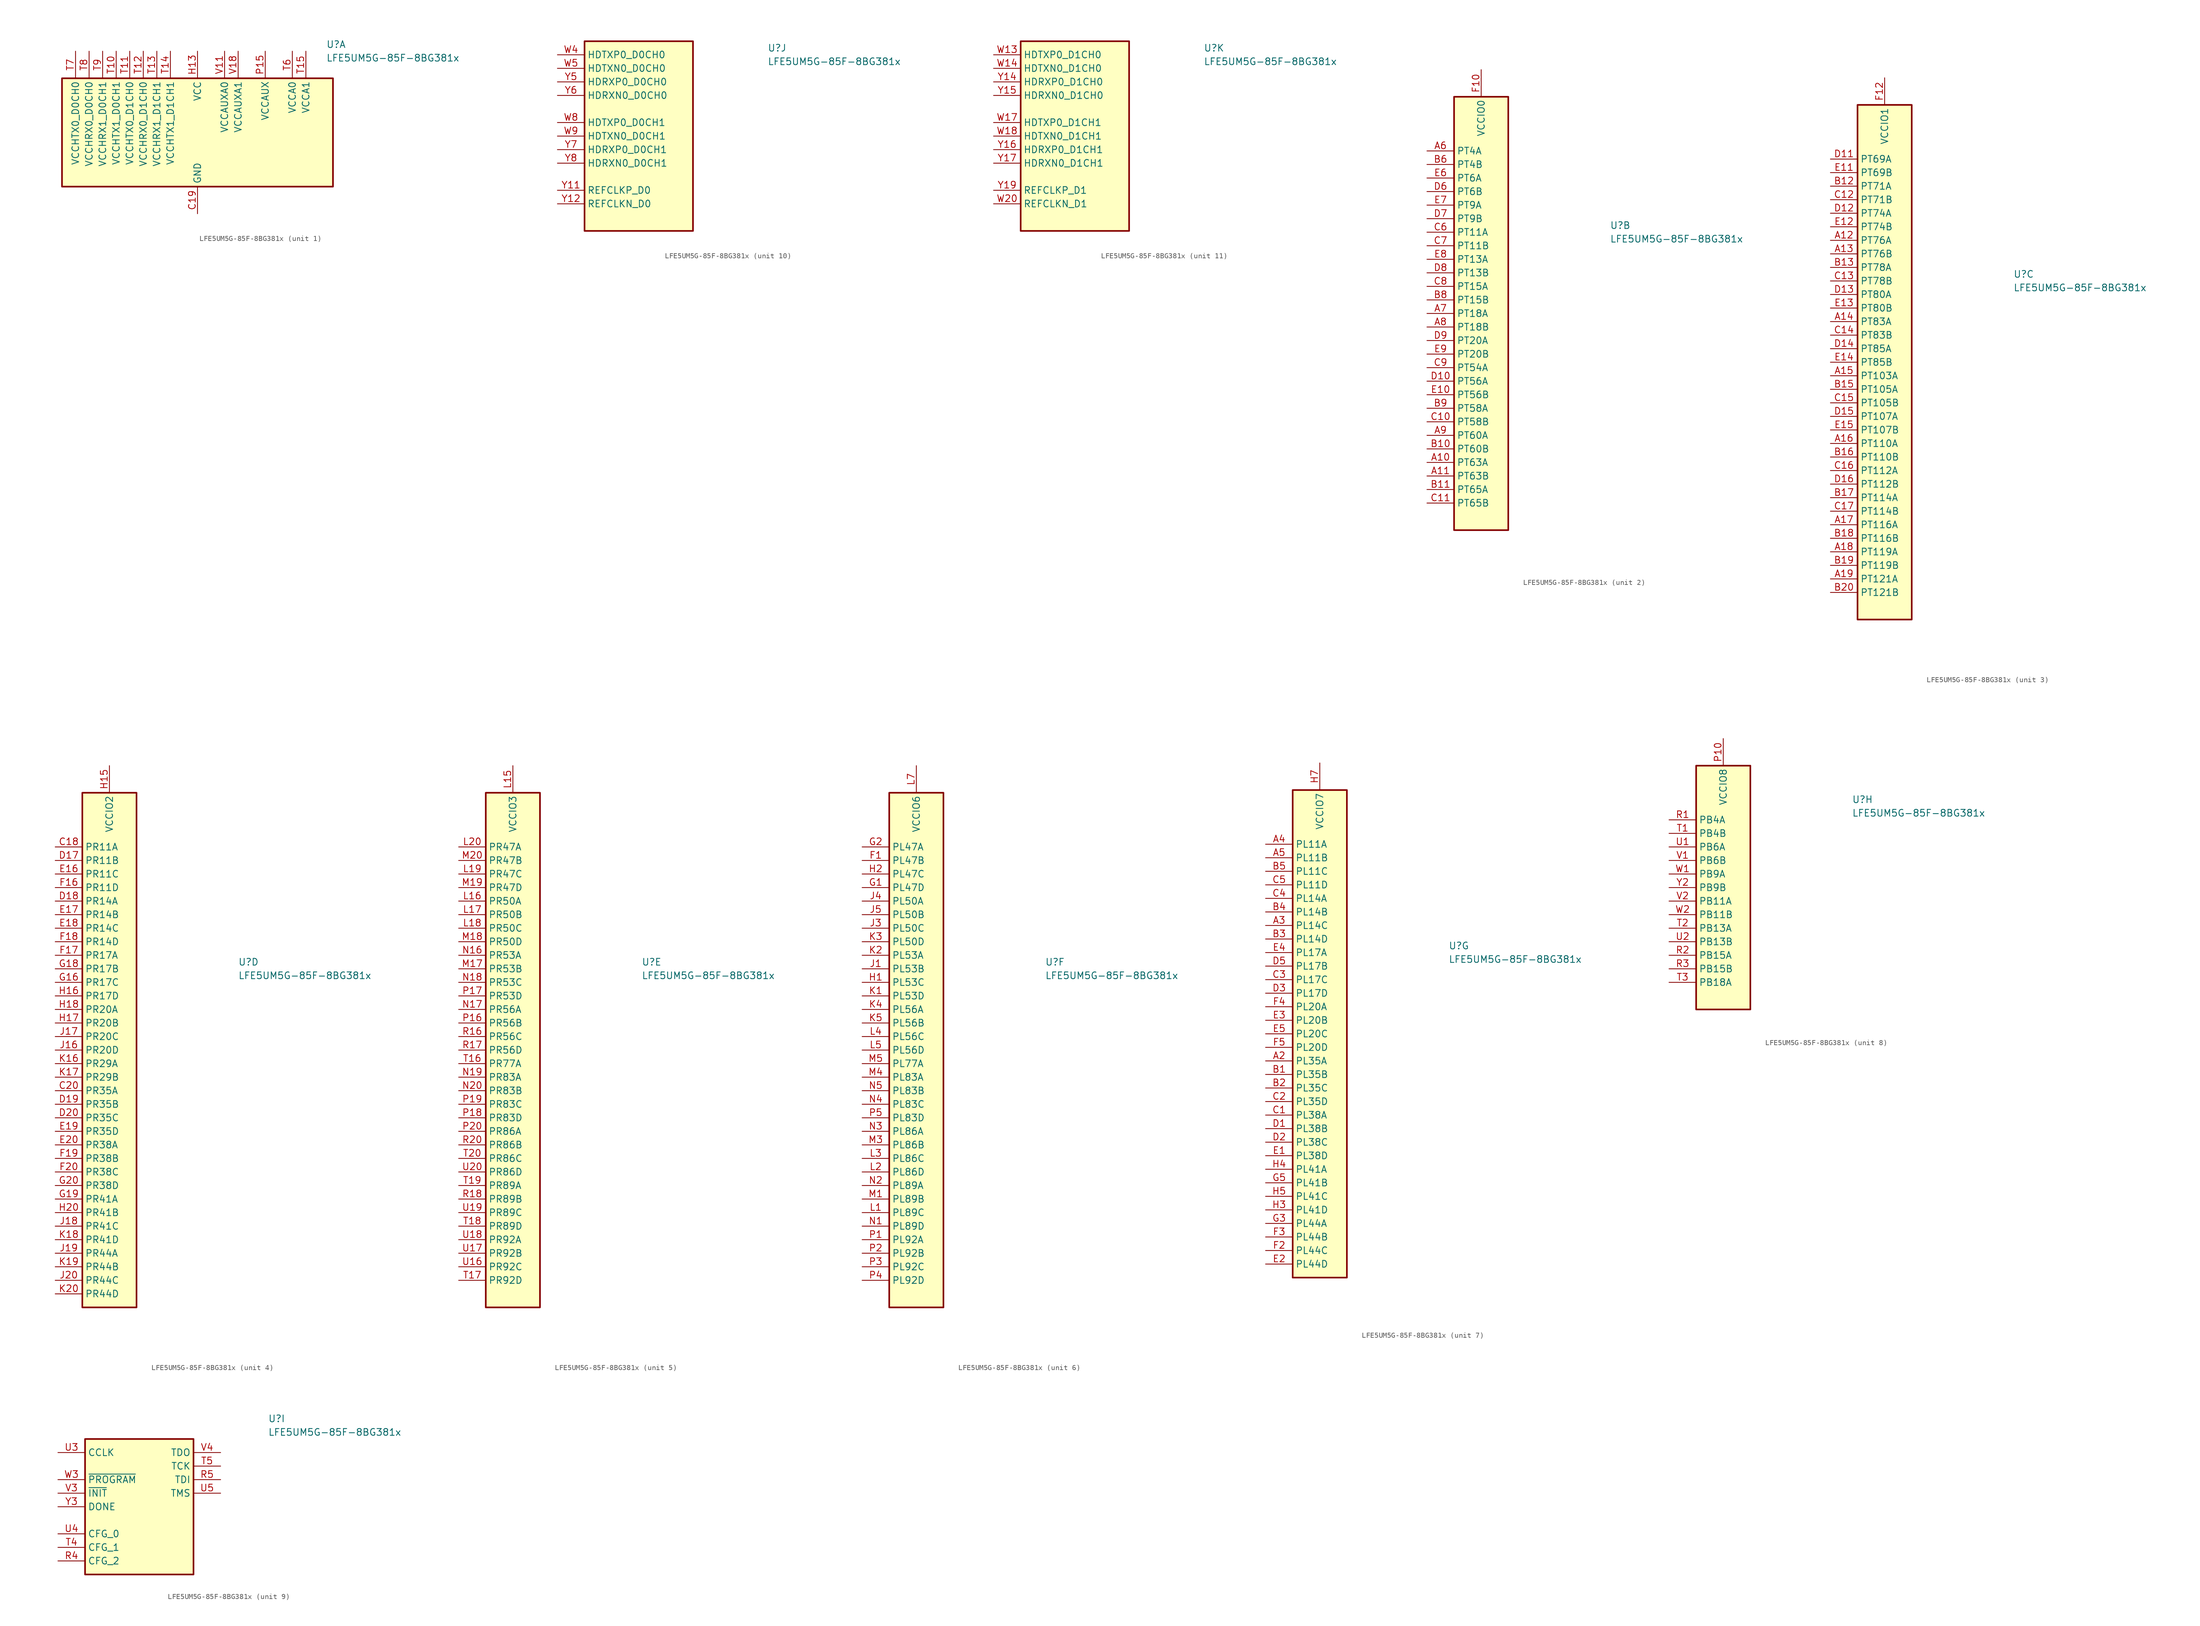
<source format=kicad_sym>
(kicad_symbol_lib
  (version 20201005)
  (generator kicad_symbol_editor)
  (symbol "FPGA_Lattice:LFE5UM5G-85F-8BG381x"
    (property "Reference" "U"
      (at 24.13 16.51 0)
      (effects (font (size 1.27 1.27)) (justify left)))
    (property "Value" "LFE5UM5G-85F-8BG381x"
      (at 24.13 13.97 0)
      (effects (font (size 1.27 1.27)) (justify left)))
    (property "ki_locked" ""
      (at 0 0 0)
      (effects (font (size 1.27 1.27))))
    (symbol "LFE5UM5G-85F-8BG381x_1_1"
      (rectangle (start -25.4 10.16) (end 25.4 -10.16) (stroke (width 0.305)) (fill (type background)))
      (pin passive line (at 0 -15.24 90) (length 5.08) hide (name "GND" (effects (font (size 1.27 1.27)))) (number "U10" (effects (font (size 1.27 1.27)))))
      (pin passive line (at 0 -15.24 90) (length 5.08) hide (name "GND" (effects (font (size 1.27 1.27)))) (number "U11" (effects (font (size 1.27 1.27)))))
      (pin passive line (at 0 -15.24 90) (length 5.08) hide (name "GND" (effects (font (size 1.27 1.27)))) (number "U12" (effects (font (size 1.27 1.27)))))
      (pin passive line (at 0 -15.24 90) (length 5.08) hide (name "GND" (effects (font (size 1.27 1.27)))) (number "U13" (effects (font (size 1.27 1.27)))))
      (pin passive line (at 0 -15.24 90) (length 5.08) hide (name "GND" (effects (font (size 1.27 1.27)))) (number "U14" (effects (font (size 1.27 1.27)))))
      (pin passive line (at 0 -15.24 90) (length 5.08) hide (name "GND" (effects (font (size 1.27 1.27)))) (number "U7" (effects (font (size 1.27 1.27)))))
      (pin passive line (at 0 -15.24 90) (length 5.08) hide (name "GND" (effects (font (size 1.27 1.27)))) (number "U8" (effects (font (size 1.27 1.27)))))
      (pin passive line (at 0 -15.24 90) (length 5.08) hide (name "GND" (effects (font (size 1.27 1.27)))) (number "U9" (effects (font (size 1.27 1.27)))))
      (pin passive line (at 0 -15.24 90) (length 5.08) hide (name "GND" (effects (font (size 1.27 1.27)))) (number "V12" (effects (font (size 1.27 1.27)))))
      (pin passive line (at 0 -15.24 90) (length 5.08) hide (name "GND" (effects (font (size 1.27 1.27)))) (number "V13" (effects (font (size 1.27 1.27)))))
      (pin passive line (at 0 -15.24 90) (length 5.08) hide (name "GND" (effects (font (size 1.27 1.27)))) (number "V14" (effects (font (size 1.27 1.27)))))
      (pin passive line (at 0 -15.24 90) (length 5.08) hide (name "GND" (effects (font (size 1.27 1.27)))) (number "V15" (effects (font (size 1.27 1.27)))))
      (pin passive line (at 0 -15.24 90) (length 5.08) hide (name "GND" (effects (font (size 1.27 1.27)))) (number "V16" (effects (font (size 1.27 1.27)))))
      (pin passive line (at 0 -15.24 90) (length 5.08) hide (name "GND" (effects (font (size 1.27 1.27)))) (number "V19" (effects (font (size 1.27 1.27)))))
      (pin passive line (at 0 -15.24 90) (length 5.08) hide (name "GND" (effects (font (size 1.27 1.27)))) (number "V20" (effects (font (size 1.27 1.27)))))
      (pin passive line (at 0 -15.24 90) (length 5.08) hide (name "GND" (effects (font (size 1.27 1.27)))) (number "V5" (effects (font (size 1.27 1.27)))))
      (pin passive line (at 0 -15.24 90) (length 5.08) hide (name "GND" (effects (font (size 1.27 1.27)))) (number "V6" (effects (font (size 1.27 1.27)))))
      (pin passive line (at 0 -15.24 90) (length 5.08) hide (name "GND" (effects (font (size 1.27 1.27)))) (number "V7" (effects (font (size 1.27 1.27)))))
      (pin passive line (at 0 -15.24 90) (length 5.08) hide (name "GND" (effects (font (size 1.27 1.27)))) (number "V8" (effects (font (size 1.27 1.27)))))
      (pin passive line (at 0 -15.24 90) (length 5.08) hide (name "GND" (effects (font (size 1.27 1.27)))) (number "V9" (effects (font (size 1.27 1.27)))))
      (pin passive line (at 0 -15.24 90) (length 5.08) hide (name "GND" (effects (font (size 1.27 1.27)))) (number "W12" (effects (font (size 1.27 1.27)))))
      (pin passive line (at 0 -15.24 90) (length 5.08) hide (name "GND" (effects (font (size 1.27 1.27)))) (number "W15" (effects (font (size 1.27 1.27)))))
      (pin passive line (at 0 -15.24 90) (length 5.08) hide (name "GND" (effects (font (size 1.27 1.27)))) (number "W16" (effects (font (size 1.27 1.27)))))
      (pin passive line (at 0 -15.24 90) (length 5.08) hide (name "GND" (effects (font (size 1.27 1.27)))) (number "W19" (effects (font (size 1.27 1.27)))))
      (pin passive line (at 0 -15.24 90) (length 5.08) hide (name "GND" (effects (font (size 1.27 1.27)))) (number "W6" (effects (font (size 1.27 1.27)))))
      (pin passive line (at 0 -15.24 90) (length 5.08) hide (name "GND" (effects (font (size 1.27 1.27)))) (number "W7" (effects (font (size 1.27 1.27)))))
      (pin passive line (at 0 -15.24 90) (length 5.08) hide (name "GND" (effects (font (size 1.27 1.27)))) (number "B14" (effects (font (size 1.27 1.27)))))
      (pin passive line (at 0 -15.24 90) (length 5.08) hide (name "GND" (effects (font (size 1.27 1.27)))) (number "B7" (effects (font (size 1.27 1.27)))))
      (pin power_in line (at 0 -15.24 90) (length 5.08) (name "GND" (effects (font (size 1.27 1.27)))) (number "C19" (effects (font (size 1.27 1.27)))))
      (pin passive line (at 0 -15.24 90) (length 5.08) hide (name "GND" (effects (font (size 1.27 1.27)))) (number "D4" (effects (font (size 1.27 1.27)))))
      (pin passive line (at 0 -15.24 90) (length 5.08) hide (name "GND" (effects (font (size 1.27 1.27)))) (number "F13" (effects (font (size 1.27 1.27)))))
      (pin passive line (at 0 -15.24 90) (length 5.08) hide (name "GND" (effects (font (size 1.27 1.27)))) (number "F14" (effects (font (size 1.27 1.27)))))
      (pin passive line (at 12.7 15.24 270) (length 5.08) hide (name "VCCAUX" (effects (font (size 1.27 1.27)))) (number "F15" (effects (font (size 1.27 1.27)))))
      (pin passive line (at 12.7 15.24 270) (length 5.08) hide (name "VCCAUX" (effects (font (size 1.27 1.27)))) (number "F6" (effects (font (size 1.27 1.27)))))
      (pin passive line (at 0 -15.24 90) (length 5.08) hide (name "GND" (effects (font (size 1.27 1.27)))) (number "F7" (effects (font (size 1.27 1.27)))))
      (pin passive line (at 0 -15.24 90) (length 5.08) hide (name "GND" (effects (font (size 1.27 1.27)))) (number "F8" (effects (font (size 1.27 1.27)))))
      (pin passive line (at 0 -15.24 90) (length 5.08) hide (name "GND" (effects (font (size 1.27 1.27)))) (number "G10" (effects (font (size 1.27 1.27)))))
      (pin passive line (at 0 -15.24 90) (length 5.08) hide (name "GND" (effects (font (size 1.27 1.27)))) (number "G11" (effects (font (size 1.27 1.27)))))
      (pin passive line (at 0 -15.24 90) (length 5.08) hide (name "GND" (effects (font (size 1.27 1.27)))) (number "G12" (effects (font (size 1.27 1.27)))))
      (pin passive line (at 0 -15.24 90) (length 5.08) hide (name "GND" (effects (font (size 1.27 1.27)))) (number "G13" (effects (font (size 1.27 1.27)))))
      (pin passive line (at 0 -15.24 90) (length 5.08) hide (name "GND" (effects (font (size 1.27 1.27)))) (number "G14" (effects (font (size 1.27 1.27)))))
      (pin passive line (at 0 -15.24 90) (length 5.08) hide (name "GND" (effects (font (size 1.27 1.27)))) (number "G15" (effects (font (size 1.27 1.27)))))
      (pin passive line (at 0 -15.24 90) (length 5.08) hide (name "GND" (effects (font (size 1.27 1.27)))) (number "G17" (effects (font (size 1.27 1.27)))))
      (pin passive line (at 0 -15.24 90) (length 5.08) hide (name "GND" (effects (font (size 1.27 1.27)))) (number "G4" (effects (font (size 1.27 1.27)))))
      (pin passive line (at 0 -15.24 90) (length 5.08) hide (name "GND" (effects (font (size 1.27 1.27)))) (number "G6" (effects (font (size 1.27 1.27)))))
      (pin passive line (at 0 -15.24 90) (length 5.08) hide (name "GND" (effects (font (size 1.27 1.27)))) (number "G7" (effects (font (size 1.27 1.27)))))
      (pin passive line (at 0 -15.24 90) (length 5.08) hide (name "GND" (effects (font (size 1.27 1.27)))) (number "G8" (effects (font (size 1.27 1.27)))))
      (pin passive line (at 0 -15.24 90) (length 5.08) hide (name "GND" (effects (font (size 1.27 1.27)))) (number "G9" (effects (font (size 1.27 1.27)))))
      (pin passive line (at 0 15.24 270) (length 5.08) hide (name "VCC" (effects (font (size 1.27 1.27)))) (number "H10" (effects (font (size 1.27 1.27)))))
      (pin passive line (at 0 15.24 270) (length 5.08) hide (name "VCC" (effects (font (size 1.27 1.27)))) (number "H11" (effects (font (size 1.27 1.27)))))
      (pin passive line (at 0 15.24 270) (length 5.08) hide (name "VCC" (effects (font (size 1.27 1.27)))) (number "H12" (effects (font (size 1.27 1.27)))))
      (pin power_in line (at 0 15.24 270) (length 5.08) (name "VCC" (effects (font (size 1.27 1.27)))) (number "H13" (effects (font (size 1.27 1.27)))))
      (pin passive line (at 0 -15.24 90) (length 5.08) hide (name "GND" (effects (font (size 1.27 1.27)))) (number "H19" (effects (font (size 1.27 1.27)))))
      (pin passive line (at 0 15.24 270) (length 5.08) hide (name "VCC" (effects (font (size 1.27 1.27)))) (number "H8" (effects (font (size 1.27 1.27)))))
      (pin passive line (at 0 15.24 270) (length 5.08) hide (name "VCC" (effects (font (size 1.27 1.27)))) (number "H9" (effects (font (size 1.27 1.27)))))
      (pin passive line (at 0 -15.24 90) (length 5.08) hide (name "GND" (effects (font (size 1.27 1.27)))) (number "J10" (effects (font (size 1.27 1.27)))))
      (pin passive line (at 0 -15.24 90) (length 5.08) hide (name "GND" (effects (font (size 1.27 1.27)))) (number "J11" (effects (font (size 1.27 1.27)))))
      (pin passive line (at 0 -15.24 90) (length 5.08) hide (name "GND" (effects (font (size 1.27 1.27)))) (number "J12" (effects (font (size 1.27 1.27)))))
      (pin passive line (at 0 15.24 270) (length 5.08) hide (name "VCC" (effects (font (size 1.27 1.27)))) (number "J13" (effects (font (size 1.27 1.27)))))
      (pin passive line (at 0 -15.24 90) (length 5.08) hide (name "GND" (effects (font (size 1.27 1.27)))) (number "J14" (effects (font (size 1.27 1.27)))))
      (pin passive line (at 0 -15.24 90) (length 5.08) hide (name "GND" (effects (font (size 1.27 1.27)))) (number "J2" (effects (font (size 1.27 1.27)))))
      (pin passive line (at 0 -15.24 90) (length 5.08) hide (name "GND" (effects (font (size 1.27 1.27)))) (number "J7" (effects (font (size 1.27 1.27)))))
      (pin passive line (at 0 15.24 270) (length 5.08) hide (name "VCC" (effects (font (size 1.27 1.27)))) (number "J8" (effects (font (size 1.27 1.27)))))
      (pin passive line (at 0 -15.24 90) (length 5.08) hide (name "GND" (effects (font (size 1.27 1.27)))) (number "J9" (effects (font (size 1.27 1.27)))))
      (pin passive line (at 0 -15.24 90) (length 5.08) hide (name "GND" (effects (font (size 1.27 1.27)))) (number "K10" (effects (font (size 1.27 1.27)))))
      (pin passive line (at 0 -15.24 90) (length 5.08) hide (name "GND" (effects (font (size 1.27 1.27)))) (number "K11" (effects (font (size 1.27 1.27)))))
      (pin passive line (at 0 -15.24 90) (length 5.08) hide (name "GND" (effects (font (size 1.27 1.27)))) (number "K12" (effects (font (size 1.27 1.27)))))
      (pin passive line (at 0 15.24 270) (length 5.08) hide (name "VCC" (effects (font (size 1.27 1.27)))) (number "K13" (effects (font (size 1.27 1.27)))))
      (pin passive line (at 0 -15.24 90) (length 5.08) hide (name "GND" (effects (font (size 1.27 1.27)))) (number "K14" (effects (font (size 1.27 1.27)))))
      (pin passive line (at 0 -15.24 90) (length 5.08) hide (name "GND" (effects (font (size 1.27 1.27)))) (number "K15" (effects (font (size 1.27 1.27)))))
      (pin passive line (at 0 -15.24 90) (length 5.08) hide (name "GND" (effects (font (size 1.27 1.27)))) (number "K6" (effects (font (size 1.27 1.27)))))
      (pin passive line (at 0 -15.24 90) (length 5.08) hide (name "GND" (effects (font (size 1.27 1.27)))) (number "K7" (effects (font (size 1.27 1.27)))))
      (pin passive line (at 0 15.24 270) (length 5.08) hide (name "VCC" (effects (font (size 1.27 1.27)))) (number "K8" (effects (font (size 1.27 1.27)))))
      (pin passive line (at 0 -15.24 90) (length 5.08) hide (name "GND" (effects (font (size 1.27 1.27)))) (number "K9" (effects (font (size 1.27 1.27)))))
      (pin passive line (at 0 -15.24 90) (length 5.08) hide (name "GND" (effects (font (size 1.27 1.27)))) (number "L10" (effects (font (size 1.27 1.27)))))
      (pin passive line (at 0 -15.24 90) (length 5.08) hide (name "GND" (effects (font (size 1.27 1.27)))) (number "L11" (effects (font (size 1.27 1.27)))))
      (pin passive line (at 0 -15.24 90) (length 5.08) hide (name "GND" (effects (font (size 1.27 1.27)))) (number "L12" (effects (font (size 1.27 1.27)))))
      (pin passive line (at 0 15.24 270) (length 5.08) hide (name "VCC" (effects (font (size 1.27 1.27)))) (number "L13" (effects (font (size 1.27 1.27)))))
      (pin passive line (at 0 15.24 270) (length 5.08) hide (name "VCC" (effects (font (size 1.27 1.27)))) (number "L8" (effects (font (size 1.27 1.27)))))
      (pin passive line (at 0 -15.24 90) (length 5.08) hide (name "GND" (effects (font (size 1.27 1.27)))) (number "L9" (effects (font (size 1.27 1.27)))))
      (pin passive line (at 0 -15.24 90) (length 5.08) hide (name "GND" (effects (font (size 1.27 1.27)))) (number "M10" (effects (font (size 1.27 1.27)))))
      (pin passive line (at 0 -15.24 90) (length 5.08) hide (name "GND" (effects (font (size 1.27 1.27)))) (number "M11" (effects (font (size 1.27 1.27)))))
      (pin passive line (at 0 -15.24 90) (length 5.08) hide (name "GND" (effects (font (size 1.27 1.27)))) (number "M12" (effects (font (size 1.27 1.27)))))
      (pin passive line (at 0 15.24 270) (length 5.08) hide (name "VCC" (effects (font (size 1.27 1.27)))) (number "M13" (effects (font (size 1.27 1.27)))))
      (pin passive line (at 0 -15.24 90) (length 5.08) hide (name "GND" (effects (font (size 1.27 1.27)))) (number "M14" (effects (font (size 1.27 1.27)))))
      (pin passive line (at 0 -15.24 90) (length 5.08) hide (name "GND" (effects (font (size 1.27 1.27)))) (number "M16" (effects (font (size 1.27 1.27)))))
      (pin passive line (at 0 -15.24 90) (length 5.08) hide (name "GND" (effects (font (size 1.27 1.27)))) (number "M2" (effects (font (size 1.27 1.27)))))
      (pin passive line (at 0 -15.24 90) (length 5.08) hide (name "GND" (effects (font (size 1.27 1.27)))) (number "M7" (effects (font (size 1.27 1.27)))))
      (pin passive line (at 0 15.24 270) (length 5.08) hide (name "VCC" (effects (font (size 1.27 1.27)))) (number "M8" (effects (font (size 1.27 1.27)))))
      (pin passive line (at 0 -15.24 90) (length 5.08) hide (name "GND" (effects (font (size 1.27 1.27)))) (number "M9" (effects (font (size 1.27 1.27)))))
      (pin passive line (at 0 15.24 270) (length 5.08) hide (name "VCC" (effects (font (size 1.27 1.27)))) (number "N10" (effects (font (size 1.27 1.27)))))
      (pin passive line (at 0 15.24 270) (length 5.08) hide (name "VCC" (effects (font (size 1.27 1.27)))) (number "N11" (effects (font (size 1.27 1.27)))))
      (pin passive line (at 0 15.24 270) (length 5.08) hide (name "VCC" (effects (font (size 1.27 1.27)))) (number "N12" (effects (font (size 1.27 1.27)))))
      (pin passive line (at 0 15.24 270) (length 5.08) hide (name "VCC" (effects (font (size 1.27 1.27)))) (number "N13" (effects (font (size 1.27 1.27)))))
      (pin passive line (at 0 -15.24 90) (length 5.08) hide (name "GND" (effects (font (size 1.27 1.27)))) (number "N14" (effects (font (size 1.27 1.27)))))
      (pin passive line (at 0 -15.24 90) (length 5.08) hide (name "GND" (effects (font (size 1.27 1.27)))) (number "N15" (effects (font (size 1.27 1.27)))))
      (pin passive line (at 0 -15.24 90) (length 5.08) hide (name "GND" (effects (font (size 1.27 1.27)))) (number "N6" (effects (font (size 1.27 1.27)))))
      (pin passive line (at 0 -15.24 90) (length 5.08) hide (name "GND" (effects (font (size 1.27 1.27)))) (number "N7" (effects (font (size 1.27 1.27)))))
      (pin passive line (at 0 15.24 270) (length 5.08) hide (name "VCC" (effects (font (size 1.27 1.27)))) (number "N8" (effects (font (size 1.27 1.27)))))
      (pin passive line (at 0 15.24 270) (length 5.08) hide (name "VCC" (effects (font (size 1.27 1.27)))) (number "N9" (effects (font (size 1.27 1.27)))))
      (pin passive line (at 0 -15.24 90) (length 5.08) hide (name "GND" (effects (font (size 1.27 1.27)))) (number "P11" (effects (font (size 1.27 1.27)))))
      (pin passive line (at 0 -15.24 90) (length 5.08) hide (name "GND" (effects (font (size 1.27 1.27)))) (number "P12" (effects (font (size 1.27 1.27)))))
      (pin passive line (at 0 -15.24 90) (length 5.08) hide (name "GND" (effects (font (size 1.27 1.27)))) (number "P13" (effects (font (size 1.27 1.27)))))
      (pin passive line (at 0 -15.24 90) (length 5.08) hide (name "GND" (effects (font (size 1.27 1.27)))) (number "P14" (effects (font (size 1.27 1.27)))))
      (pin power_in line (at 12.7 15.24 270) (length 5.08) (name "VCCAUX" (effects (font (size 1.27 1.27)))) (number "P15" (effects (font (size 1.27 1.27)))))
      (pin passive line (at 12.7 15.24 270) (length 5.08) hide (name "VCCAUX" (effects (font (size 1.27 1.27)))) (number "P6" (effects (font (size 1.27 1.27)))))
      (pin passive line (at 0 -15.24 90) (length 5.08) hide (name "GND" (effects (font (size 1.27 1.27)))) (number "P7" (effects (font (size 1.27 1.27)))))
      (pin passive line (at 0 -15.24 90) (length 5.08) hide (name "GND" (effects (font (size 1.27 1.27)))) (number "P8" (effects (font (size 1.27 1.27)))))
      (pin passive line (at 0 -15.24 90) (length 5.08) hide (name "GND" (effects (font (size 1.27 1.27)))) (number "R19" (effects (font (size 1.27 1.27)))))
      (pin power_in line (at -15.24 15.24 270) (length 5.08) (name "VCCHTX1_D0CH1" (effects (font (size 1.27 1.27)))) (number "T10" (effects (font (size 1.27 1.27)))))
      (pin power_in line (at -12.7 15.24 270) (length 5.08) (name "VCCHTX0_D1CH0" (effects (font (size 1.27 1.27)))) (number "T11" (effects (font (size 1.27 1.27)))))
      (pin power_in line (at -10.16 15.24 270) (length 5.08) (name "VCCHRX0_D1CH0" (effects (font (size 1.27 1.27)))) (number "T12" (effects (font (size 1.27 1.27)))))
      (pin power_in line (at -7.62 15.24 270) (length 5.08) (name "VCCHRX1_D1CH1" (effects (font (size 1.27 1.27)))) (number "T13" (effects (font (size 1.27 1.27)))))
      (pin power_in line (at -5.08 15.24 270) (length 5.08) (name "VCCHTX1_D1CH1" (effects (font (size 1.27 1.27)))) (number "T14" (effects (font (size 1.27 1.27)))))
      (pin power_in line (at 20.32 15.24 270) (length 5.08) (name "VCCA1" (effects (font (size 1.27 1.27)))) (number "T15" (effects (font (size 1.27 1.27)))))
      (pin power_in line (at 17.78 15.24 270) (length 5.08) (name "VCCA0" (effects (font (size 1.27 1.27)))) (number "T6" (effects (font (size 1.27 1.27)))))
      (pin power_in line (at -22.86 15.24 270) (length 5.08) (name "VCCHTX0_D0CH0" (effects (font (size 1.27 1.27)))) (number "T7" (effects (font (size 1.27 1.27)))))
      (pin power_in line (at -20.32 15.24 270) (length 5.08) (name "VCCHRX0_D0CH0" (effects (font (size 1.27 1.27)))) (number "T8" (effects (font (size 1.27 1.27)))))
      (pin power_in line (at -17.78 15.24 270) (length 5.08) (name "VCCHRX1_D0CH1" (effects (font (size 1.27 1.27)))) (number "T9" (effects (font (size 1.27 1.27)))))
      (pin passive line (at 20.32 15.24 270) (length 5.08) hide (name "VCCA1" (effects (font (size 1.27 1.27)))) (number "U15" (effects (font (size 1.27 1.27)))))
      (pin passive line (at 17.78 15.24 270) (length 5.08) hide (name "VCCA0" (effects (font (size 1.27 1.27)))) (number "U6" (effects (font (size 1.27 1.27)))))
      (pin passive line (at 5.08 15.24 270) (length 5.08) hide (name "VCCAUXA0" (effects (font (size 1.27 1.27)))) (number "V10" (effects (font (size 1.27 1.27)))))
      (pin power_in line (at 5.08 15.24 270) (length 5.08) (name "VCCAUXA0" (effects (font (size 1.27 1.27)))) (number "V11" (effects (font (size 1.27 1.27)))))
      (pin passive line (at 7.62 15.24 270) (length 5.08) hide (name "VCCAUXA1" (effects (font (size 1.27 1.27)))) (number "V17" (effects (font (size 1.27 1.27)))))
      (pin power_in line (at 7.62 15.24 270) (length 5.08) (name "VCCAUXA1" (effects (font (size 1.27 1.27)))) (number "V18" (effects (font (size 1.27 1.27))))))
    (symbol "LFE5UM5G-85F-8BG381x_2_1"
      (rectangle (start -5.08 40.64) (end 5.08 -40.64) (stroke (width 0.305)) (fill (type background)))
      (pin bidirectional line (at -10.16 -27.94 0) (length 5.08) (name "PT63A" (effects (font (size 1.27 1.27)))) (number "A10" (effects (font (size 1.27 1.27)))))
      (pin bidirectional line (at -10.16 -30.48 0) (length 5.08) (name "PT63B" (effects (font (size 1.27 1.27)))) (number "A11" (effects (font (size 1.27 1.27)))))
      (pin bidirectional line (at -10.16 30.48 0) (length 5.08) (name "PT4A" (effects (font (size 1.27 1.27)))) (number "A6" (effects (font (size 1.27 1.27)))))
      (pin bidirectional line (at -10.16 0 0) (length 5.08) (name "PT18A" (effects (font (size 1.27 1.27)))) (number "A7" (effects (font (size 1.27 1.27)))))
      (pin bidirectional line (at -10.16 -2.54 0) (length 5.08) (name "PT18B" (effects (font (size 1.27 1.27)))) (number "A8" (effects (font (size 1.27 1.27)))))
      (pin bidirectional line (at -10.16 -22.86 0) (length 5.08) (name "PT60A" (effects (font (size 1.27 1.27)))) (number "A9" (effects (font (size 1.27 1.27)))))
      (pin bidirectional line (at -10.16 -25.4 0) (length 5.08) (name "PT60B" (effects (font (size 1.27 1.27)))) (number "B10" (effects (font (size 1.27 1.27)))))
      (pin bidirectional line (at -10.16 -33.02 0) (length 5.08) (name "PT65A" (effects (font (size 1.27 1.27)))) (number "B11" (effects (font (size 1.27 1.27)))))
      (pin bidirectional line (at -10.16 27.94 0) (length 5.08) (name "PT4B" (effects (font (size 1.27 1.27)))) (number "B6" (effects (font (size 1.27 1.27)))))
      (pin bidirectional line (at -10.16 2.54 0) (length 5.08) (name "PT15B" (effects (font (size 1.27 1.27)))) (number "B8" (effects (font (size 1.27 1.27)))))
      (pin bidirectional line (at -10.16 -17.78 0) (length 5.08) (name "PT58A" (effects (font (size 1.27 1.27)))) (number "B9" (effects (font (size 1.27 1.27)))))
      (pin bidirectional line (at -10.16 -20.32 0) (length 5.08) (name "PT58B" (effects (font (size 1.27 1.27)))) (number "C10" (effects (font (size 1.27 1.27)))))
      (pin bidirectional line (at -10.16 -35.56 0) (length 5.08) (name "PT65B" (effects (font (size 1.27 1.27)))) (number "C11" (effects (font (size 1.27 1.27)))))
      (pin bidirectional line (at -10.16 15.24 0) (length 5.08) (name "PT11A" (effects (font (size 1.27 1.27)))) (number "C6" (effects (font (size 1.27 1.27)))))
      (pin bidirectional line (at -10.16 12.7 0) (length 5.08) (name "PT11B" (effects (font (size 1.27 1.27)))) (number "C7" (effects (font (size 1.27 1.27)))))
      (pin bidirectional line (at -10.16 5.08 0) (length 5.08) (name "PT15A" (effects (font (size 1.27 1.27)))) (number "C8" (effects (font (size 1.27 1.27)))))
      (pin bidirectional line (at -10.16 -10.16 0) (length 5.08) (name "PT54A" (effects (font (size 1.27 1.27)))) (number "C9" (effects (font (size 1.27 1.27)))))
      (pin bidirectional line (at -10.16 -12.7 0) (length 5.08) (name "PT56A" (effects (font (size 1.27 1.27)))) (number "D10" (effects (font (size 1.27 1.27)))))
      (pin bidirectional line (at -10.16 22.86 0) (length 5.08) (name "PT6B" (effects (font (size 1.27 1.27)))) (number "D6" (effects (font (size 1.27 1.27)))))
      (pin bidirectional line (at -10.16 17.78 0) (length 5.08) (name "PT9B" (effects (font (size 1.27 1.27)))) (number "D7" (effects (font (size 1.27 1.27)))))
      (pin bidirectional line (at -10.16 7.62 0) (length 5.08) (name "PT13B" (effects (font (size 1.27 1.27)))) (number "D8" (effects (font (size 1.27 1.27)))))
      (pin bidirectional line (at -10.16 -5.08 0) (length 5.08) (name "PT20A" (effects (font (size 1.27 1.27)))) (number "D9" (effects (font (size 1.27 1.27)))))
      (pin bidirectional line (at -10.16 -15.24 0) (length 5.08) (name "PT56B" (effects (font (size 1.27 1.27)))) (number "E10" (effects (font (size 1.27 1.27)))))
      (pin bidirectional line (at -10.16 25.4 0) (length 5.08) (name "PT6A" (effects (font (size 1.27 1.27)))) (number "E6" (effects (font (size 1.27 1.27)))))
      (pin bidirectional line (at -10.16 20.32 0) (length 5.08) (name "PT9A" (effects (font (size 1.27 1.27)))) (number "E7" (effects (font (size 1.27 1.27)))))
      (pin bidirectional line (at -10.16 10.16 0) (length 5.08) (name "PT13A" (effects (font (size 1.27 1.27)))) (number "E8" (effects (font (size 1.27 1.27)))))
      (pin bidirectional line (at -10.16 -7.62 0) (length 5.08) (name "PT20B" (effects (font (size 1.27 1.27)))) (number "E9" (effects (font (size 1.27 1.27)))))
      (pin power_in line (at 0 45.72 270) (length 5.08) (name "VCCIO0" (effects (font (size 1.27 1.27)))) (number "F10" (effects (font (size 1.27 1.27)))))
      (pin passive line (at 0 45.72 270) (length 5.08) hide (name "VCCIO0" (effects (font (size 1.27 1.27)))) (number "F9" (effects (font (size 1.27 1.27))))))
    (symbol "LFE5UM5G-85F-8BG381x_3_1"
      (rectangle (start -5.08 48.26) (end 5.08 -48.26) (stroke (width 0.305)) (fill (type background)))
      (pin bidirectional line (at -10.16 22.86 0) (length 5.08) (name "PT76A" (effects (font (size 1.27 1.27)))) (number "A12" (effects (font (size 1.27 1.27)))))
      (pin bidirectional line (at -10.16 20.32 0) (length 5.08) (name "PT76B" (effects (font (size 1.27 1.27)))) (number "A13" (effects (font (size 1.27 1.27)))))
      (pin bidirectional line (at -10.16 7.62 0) (length 5.08) (name "PT83A" (effects (font (size 1.27 1.27)))) (number "A14" (effects (font (size 1.27 1.27)))))
      (pin bidirectional line (at -10.16 -2.54 0) (length 5.08) (name "PT103A" (effects (font (size 1.27 1.27)))) (number "A15" (effects (font (size 1.27 1.27)))))
      (pin bidirectional line (at -10.16 -15.24 0) (length 5.08) (name "PT110A" (effects (font (size 1.27 1.27)))) (number "A16" (effects (font (size 1.27 1.27)))))
      (pin bidirectional line (at -10.16 -30.48 0) (length 5.08) (name "PT116A" (effects (font (size 1.27 1.27)))) (number "A17" (effects (font (size 1.27 1.27)))))
      (pin bidirectional line (at -10.16 -35.56 0) (length 5.08) (name "PT119A" (effects (font (size 1.27 1.27)))) (number "A18" (effects (font (size 1.27 1.27)))))
      (pin bidirectional line (at -10.16 -40.64 0) (length 5.08) (name "PT121A" (effects (font (size 1.27 1.27)))) (number "A19" (effects (font (size 1.27 1.27)))))
      (pin bidirectional line (at -10.16 33.02 0) (length 5.08) (name "PT71A" (effects (font (size 1.27 1.27)))) (number "B12" (effects (font (size 1.27 1.27)))))
      (pin bidirectional line (at -10.16 17.78 0) (length 5.08) (name "PT78A" (effects (font (size 1.27 1.27)))) (number "B13" (effects (font (size 1.27 1.27)))))
      (pin bidirectional line (at -10.16 -5.08 0) (length 5.08) (name "PT105A" (effects (font (size 1.27 1.27)))) (number "B15" (effects (font (size 1.27 1.27)))))
      (pin bidirectional line (at -10.16 -17.78 0) (length 5.08) (name "PT110B" (effects (font (size 1.27 1.27)))) (number "B16" (effects (font (size 1.27 1.27)))))
      (pin bidirectional line (at -10.16 -25.4 0) (length 5.08) (name "PT114A" (effects (font (size 1.27 1.27)))) (number "B17" (effects (font (size 1.27 1.27)))))
      (pin bidirectional line (at -10.16 -33.02 0) (length 5.08) (name "PT116B" (effects (font (size 1.27 1.27)))) (number "B18" (effects (font (size 1.27 1.27)))))
      (pin bidirectional line (at -10.16 -38.1 0) (length 5.08) (name "PT119B" (effects (font (size 1.27 1.27)))) (number "B19" (effects (font (size 1.27 1.27)))))
      (pin bidirectional line (at -10.16 -43.18 0) (length 5.08) (name "PT121B" (effects (font (size 1.27 1.27)))) (number "B20" (effects (font (size 1.27 1.27)))))
      (pin bidirectional line (at -10.16 30.48 0) (length 5.08) (name "PT71B" (effects (font (size 1.27 1.27)))) (number "C12" (effects (font (size 1.27 1.27)))))
      (pin bidirectional line (at -10.16 15.24 0) (length 5.08) (name "PT78B" (effects (font (size 1.27 1.27)))) (number "C13" (effects (font (size 1.27 1.27)))))
      (pin bidirectional line (at -10.16 5.08 0) (length 5.08) (name "PT83B" (effects (font (size 1.27 1.27)))) (number "C14" (effects (font (size 1.27 1.27)))))
      (pin bidirectional line (at -10.16 -7.62 0) (length 5.08) (name "PT105B" (effects (font (size 1.27 1.27)))) (number "C15" (effects (font (size 1.27 1.27)))))
      (pin bidirectional line (at -10.16 -20.32 0) (length 5.08) (name "PT112A" (effects (font (size 1.27 1.27)))) (number "C16" (effects (font (size 1.27 1.27)))))
      (pin bidirectional line (at -10.16 -27.94 0) (length 5.08) (name "PT114B" (effects (font (size 1.27 1.27)))) (number "C17" (effects (font (size 1.27 1.27)))))
      (pin bidirectional line (at -10.16 38.1 0) (length 5.08) (name "PT69A" (effects (font (size 1.27 1.27)))) (number "D11" (effects (font (size 1.27 1.27)))))
      (pin bidirectional line (at -10.16 27.94 0) (length 5.08) (name "PT74A" (effects (font (size 1.27 1.27)))) (number "D12" (effects (font (size 1.27 1.27)))))
      (pin bidirectional line (at -10.16 12.7 0) (length 5.08) (name "PT80A" (effects (font (size 1.27 1.27)))) (number "D13" (effects (font (size 1.27 1.27)))))
      (pin bidirectional line (at -10.16 2.54 0) (length 5.08) (name "PT85A" (effects (font (size 1.27 1.27)))) (number "D14" (effects (font (size 1.27 1.27)))))
      (pin bidirectional line (at -10.16 -10.16 0) (length 5.08) (name "PT107A" (effects (font (size 1.27 1.27)))) (number "D15" (effects (font (size 1.27 1.27)))))
      (pin bidirectional line (at -10.16 -22.86 0) (length 5.08) (name "PT112B" (effects (font (size 1.27 1.27)))) (number "D16" (effects (font (size 1.27 1.27)))))
      (pin bidirectional line (at -10.16 35.56 0) (length 5.08) (name "PT69B" (effects (font (size 1.27 1.27)))) (number "E11" (effects (font (size 1.27 1.27)))))
      (pin bidirectional line (at -10.16 25.4 0) (length 5.08) (name "PT74B" (effects (font (size 1.27 1.27)))) (number "E12" (effects (font (size 1.27 1.27)))))
      (pin bidirectional line (at -10.16 10.16 0) (length 5.08) (name "PT80B" (effects (font (size 1.27 1.27)))) (number "E13" (effects (font (size 1.27 1.27)))))
      (pin bidirectional line (at -10.16 0 0) (length 5.08) (name "PT85B" (effects (font (size 1.27 1.27)))) (number "E14" (effects (font (size 1.27 1.27)))))
      (pin bidirectional line (at -10.16 -12.7 0) (length 5.08) (name "PT107B" (effects (font (size 1.27 1.27)))) (number "E15" (effects (font (size 1.27 1.27)))))
      (pin passive line (at 0 53.34 270) (length 5.08) hide (name "VCCIO1" (effects (font (size 1.27 1.27)))) (number "F11" (effects (font (size 1.27 1.27)))))
      (pin power_in line (at 0 53.34 270) (length 5.08) (name "VCCIO1" (effects (font (size 1.27 1.27)))) (number "F12" (effects (font (size 1.27 1.27))))))
    (symbol "LFE5UM5G-85F-8BG381x_4_1"
      (rectangle (start -5.08 48.26) (end 5.08 -48.26) (stroke (width 0.305)) (fill (type background)))
      (pin bidirectional line (at -10.16 38.1 0) (length 5.08) (name "PR11A" (effects (font (size 1.27 1.27)))) (number "C18" (effects (font (size 1.27 1.27)))))
      (pin bidirectional line (at -10.16 -7.62 0) (length 5.08) (name "PR35A" (effects (font (size 1.27 1.27)))) (number "C20" (effects (font (size 1.27 1.27)))))
      (pin bidirectional line (at -10.16 35.56 0) (length 5.08) (name "PR11B" (effects (font (size 1.27 1.27)))) (number "D17" (effects (font (size 1.27 1.27)))))
      (pin bidirectional line (at -10.16 27.94 0) (length 5.08) (name "PR14A" (effects (font (size 1.27 1.27)))) (number "D18" (effects (font (size 1.27 1.27)))))
      (pin bidirectional line (at -10.16 -10.16 0) (length 5.08) (name "PR35B" (effects (font (size 1.27 1.27)))) (number "D19" (effects (font (size 1.27 1.27)))))
      (pin bidirectional line (at -10.16 -12.7 0) (length 5.08) (name "PR35C" (effects (font (size 1.27 1.27)))) (number "D20" (effects (font (size 1.27 1.27)))))
      (pin bidirectional line (at -10.16 33.02 0) (length 5.08) (name "PR11C" (effects (font (size 1.27 1.27)))) (number "E16" (effects (font (size 1.27 1.27)))))
      (pin bidirectional line (at -10.16 25.4 0) (length 5.08) (name "PR14B" (effects (font (size 1.27 1.27)))) (number "E17" (effects (font (size 1.27 1.27)))))
      (pin bidirectional line (at -10.16 22.86 0) (length 5.08) (name "PR14C" (effects (font (size 1.27 1.27)))) (number "E18" (effects (font (size 1.27 1.27)))))
      (pin bidirectional line (at -10.16 -15.24 0) (length 5.08) (name "PR35D" (effects (font (size 1.27 1.27)))) (number "E19" (effects (font (size 1.27 1.27)))))
      (pin bidirectional line (at -10.16 -17.78 0) (length 5.08) (name "PR38A" (effects (font (size 1.27 1.27)))) (number "E20" (effects (font (size 1.27 1.27)))))
      (pin bidirectional line (at -10.16 30.48 0) (length 5.08) (name "PR11D" (effects (font (size 1.27 1.27)))) (number "F16" (effects (font (size 1.27 1.27)))))
      (pin bidirectional line (at -10.16 17.78 0) (length 5.08) (name "PR17A" (effects (font (size 1.27 1.27)))) (number "F17" (effects (font (size 1.27 1.27)))))
      (pin bidirectional line (at -10.16 20.32 0) (length 5.08) (name "PR14D" (effects (font (size 1.27 1.27)))) (number "F18" (effects (font (size 1.27 1.27)))))
      (pin bidirectional line (at -10.16 -20.32 0) (length 5.08) (name "PR38B" (effects (font (size 1.27 1.27)))) (number "F19" (effects (font (size 1.27 1.27)))))
      (pin bidirectional line (at -10.16 -22.86 0) (length 5.08) (name "PR38C" (effects (font (size 1.27 1.27)))) (number "F20" (effects (font (size 1.27 1.27)))))
      (pin bidirectional line (at -10.16 12.7 0) (length 5.08) (name "PR17C" (effects (font (size 1.27 1.27)))) (number "G16" (effects (font (size 1.27 1.27)))))
      (pin bidirectional line (at -10.16 15.24 0) (length 5.08) (name "PR17B" (effects (font (size 1.27 1.27)))) (number "G18" (effects (font (size 1.27 1.27)))))
      (pin bidirectional line (at -10.16 -27.94 0) (length 5.08) (name "PR41A" (effects (font (size 1.27 1.27)))) (number "G19" (effects (font (size 1.27 1.27)))))
      (pin bidirectional line (at -10.16 -25.4 0) (length 5.08) (name "PR38D" (effects (font (size 1.27 1.27)))) (number "G20" (effects (font (size 1.27 1.27)))))
      (pin passive line (at 0 53.34 270) (length 5.08) hide (name "VCCIO2" (effects (font (size 1.27 1.27)))) (number "H14" (effects (font (size 1.27 1.27)))))
      (pin power_in line (at 0 53.34 270) (length 5.08) (name "VCCIO2" (effects (font (size 1.27 1.27)))) (number "H15" (effects (font (size 1.27 1.27)))))
      (pin bidirectional line (at -10.16 10.16 0) (length 5.08) (name "PR17D" (effects (font (size 1.27 1.27)))) (number "H16" (effects (font (size 1.27 1.27)))))
      (pin bidirectional line (at -10.16 5.08 0) (length 5.08) (name "PR20B" (effects (font (size 1.27 1.27)))) (number "H17" (effects (font (size 1.27 1.27)))))
      (pin bidirectional line (at -10.16 7.62 0) (length 5.08) (name "PR20A" (effects (font (size 1.27 1.27)))) (number "H18" (effects (font (size 1.27 1.27)))))
      (pin bidirectional line (at -10.16 -30.48 0) (length 5.08) (name "PR41B" (effects (font (size 1.27 1.27)))) (number "H20" (effects (font (size 1.27 1.27)))))
      (pin passive line (at 0 53.34 270) (length 5.08) hide (name "VCCIO2" (effects (font (size 1.27 1.27)))) (number "J15" (effects (font (size 1.27 1.27)))))
      (pin bidirectional line (at -10.16 0 0) (length 5.08) (name "PR20D" (effects (font (size 1.27 1.27)))) (number "J16" (effects (font (size 1.27 1.27)))))
      (pin bidirectional line (at -10.16 2.54 0) (length 5.08) (name "PR20C" (effects (font (size 1.27 1.27)))) (number "J17" (effects (font (size 1.27 1.27)))))
      (pin bidirectional line (at -10.16 -33.02 0) (length 5.08) (name "PR41C" (effects (font (size 1.27 1.27)))) (number "J18" (effects (font (size 1.27 1.27)))))
      (pin bidirectional line (at -10.16 -38.1 0) (length 5.08) (name "PR44A" (effects (font (size 1.27 1.27)))) (number "J19" (effects (font (size 1.27 1.27)))))
      (pin bidirectional line (at -10.16 -43.18 0) (length 5.08) (name "PR44C" (effects (font (size 1.27 1.27)))) (number "J20" (effects (font (size 1.27 1.27)))))
      (pin bidirectional line (at -10.16 -2.54 0) (length 5.08) (name "PR29A" (effects (font (size 1.27 1.27)))) (number "K16" (effects (font (size 1.27 1.27)))))
      (pin bidirectional line (at -10.16 -5.08 0) (length 5.08) (name "PR29B" (effects (font (size 1.27 1.27)))) (number "K17" (effects (font (size 1.27 1.27)))))
      (pin bidirectional line (at -10.16 -35.56 0) (length 5.08) (name "PR41D" (effects (font (size 1.27 1.27)))) (number "K18" (effects (font (size 1.27 1.27)))))
      (pin bidirectional line (at -10.16 -40.64 0) (length 5.08) (name "PR44B" (effects (font (size 1.27 1.27)))) (number "K19" (effects (font (size 1.27 1.27)))))
      (pin bidirectional line (at -10.16 -45.72 0) (length 5.08) (name "PR44D" (effects (font (size 1.27 1.27)))) (number "K20" (effects (font (size 1.27 1.27))))))
    (symbol "LFE5UM5G-85F-8BG381x_5_1"
      (rectangle (start -5.08 48.26) (end 5.08 -48.26) (stroke (width 0.305)) (fill (type background)))
      (pin passive line (at 0 53.34 270) (length 5.08) hide (name "VCCIO3" (effects (font (size 1.27 1.27)))) (number "L14" (effects (font (size 1.27 1.27)))))
      (pin power_in line (at 0 53.34 270) (length 5.08) (name "VCCIO3" (effects (font (size 1.27 1.27)))) (number "L15" (effects (font (size 1.27 1.27)))))
      (pin bidirectional line (at -10.16 27.94 0) (length 5.08) (name "PR50A" (effects (font (size 1.27 1.27)))) (number "L16" (effects (font (size 1.27 1.27)))))
      (pin bidirectional line (at -10.16 25.4 0) (length 5.08) (name "PR50B" (effects (font (size 1.27 1.27)))) (number "L17" (effects (font (size 1.27 1.27)))))
      (pin bidirectional line (at -10.16 22.86 0) (length 5.08) (name "PR50C" (effects (font (size 1.27 1.27)))) (number "L18" (effects (font (size 1.27 1.27)))))
      (pin bidirectional line (at -10.16 33.02 0) (length 5.08) (name "PR47C" (effects (font (size 1.27 1.27)))) (number "L19" (effects (font (size 1.27 1.27)))))
      (pin bidirectional line (at -10.16 38.1 0) (length 5.08) (name "PR47A" (effects (font (size 1.27 1.27)))) (number "L20" (effects (font (size 1.27 1.27)))))
      (pin passive line (at 0 53.34 270) (length 5.08) hide (name "VCCIO3" (effects (font (size 1.27 1.27)))) (number "M15" (effects (font (size 1.27 1.27)))))
      (pin bidirectional line (at -10.16 15.24 0) (length 5.08) (name "PR53B" (effects (font (size 1.27 1.27)))) (number "M17" (effects (font (size 1.27 1.27)))))
      (pin bidirectional line (at -10.16 20.32 0) (length 5.08) (name "PR50D" (effects (font (size 1.27 1.27)))) (number "M18" (effects (font (size 1.27 1.27)))))
      (pin bidirectional line (at -10.16 30.48 0) (length 5.08) (name "PR47D" (effects (font (size 1.27 1.27)))) (number "M19" (effects (font (size 1.27 1.27)))))
      (pin bidirectional line (at -10.16 35.56 0) (length 5.08) (name "PR47B" (effects (font (size 1.27 1.27)))) (number "M20" (effects (font (size 1.27 1.27)))))
      (pin bidirectional line (at -10.16 17.78 0) (length 5.08) (name "PR53A" (effects (font (size 1.27 1.27)))) (number "N16" (effects (font (size 1.27 1.27)))))
      (pin bidirectional line (at -10.16 7.62 0) (length 5.08) (name "PR56A" (effects (font (size 1.27 1.27)))) (number "N17" (effects (font (size 1.27 1.27)))))
      (pin bidirectional line (at -10.16 12.7 0) (length 5.08) (name "PR53C" (effects (font (size 1.27 1.27)))) (number "N18" (effects (font (size 1.27 1.27)))))
      (pin bidirectional line (at -10.16 -5.08 0) (length 5.08) (name "PR83A" (effects (font (size 1.27 1.27)))) (number "N19" (effects (font (size 1.27 1.27)))))
      (pin bidirectional line (at -10.16 -7.62 0) (length 5.08) (name "PR83B" (effects (font (size 1.27 1.27)))) (number "N20" (effects (font (size 1.27 1.27)))))
      (pin bidirectional line (at -10.16 5.08 0) (length 5.08) (name "PR56B" (effects (font (size 1.27 1.27)))) (number "P16" (effects (font (size 1.27 1.27)))))
      (pin bidirectional line (at -10.16 10.16 0) (length 5.08) (name "PR53D" (effects (font (size 1.27 1.27)))) (number "P17" (effects (font (size 1.27 1.27)))))
      (pin bidirectional line (at -10.16 -12.7 0) (length 5.08) (name "PR83D" (effects (font (size 1.27 1.27)))) (number "P18" (effects (font (size 1.27 1.27)))))
      (pin bidirectional line (at -10.16 -10.16 0) (length 5.08) (name "PR83C" (effects (font (size 1.27 1.27)))) (number "P19" (effects (font (size 1.27 1.27)))))
      (pin bidirectional line (at -10.16 -15.24 0) (length 5.08) (name "PR86A" (effects (font (size 1.27 1.27)))) (number "P20" (effects (font (size 1.27 1.27)))))
      (pin bidirectional line (at -10.16 2.54 0) (length 5.08) (name "PR56C" (effects (font (size 1.27 1.27)))) (number "R16" (effects (font (size 1.27 1.27)))))
      (pin bidirectional line (at -10.16 0 0) (length 5.08) (name "PR56D" (effects (font (size 1.27 1.27)))) (number "R17" (effects (font (size 1.27 1.27)))))
      (pin bidirectional line (at -10.16 -27.94 0) (length 5.08) (name "PR89B" (effects (font (size 1.27 1.27)))) (number "R18" (effects (font (size 1.27 1.27)))))
      (pin bidirectional line (at -10.16 -17.78 0) (length 5.08) (name "PR86B" (effects (font (size 1.27 1.27)))) (number "R20" (effects (font (size 1.27 1.27)))))
      (pin bidirectional line (at -10.16 -2.54 0) (length 5.08) (name "PR77A" (effects (font (size 1.27 1.27)))) (number "T16" (effects (font (size 1.27 1.27)))))
      (pin bidirectional line (at -10.16 -43.18 0) (length 5.08) (name "PR92D" (effects (font (size 1.27 1.27)))) (number "T17" (effects (font (size 1.27 1.27)))))
      (pin bidirectional line (at -10.16 -33.02 0) (length 5.08) (name "PR89D" (effects (font (size 1.27 1.27)))) (number "T18" (effects (font (size 1.27 1.27)))))
      (pin bidirectional line (at -10.16 -25.4 0) (length 5.08) (name "PR89A" (effects (font (size 1.27 1.27)))) (number "T19" (effects (font (size 1.27 1.27)))))
      (pin bidirectional line (at -10.16 -20.32 0) (length 5.08) (name "PR86C" (effects (font (size 1.27 1.27)))) (number "T20" (effects (font (size 1.27 1.27)))))
      (pin bidirectional line (at -10.16 -40.64 0) (length 5.08) (name "PR92C" (effects (font (size 1.27 1.27)))) (number "U16" (effects (font (size 1.27 1.27)))))
      (pin bidirectional line (at -10.16 -38.1 0) (length 5.08) (name "PR92B" (effects (font (size 1.27 1.27)))) (number "U17" (effects (font (size 1.27 1.27)))))
      (pin bidirectional line (at -10.16 -35.56 0) (length 5.08) (name "PR92A" (effects (font (size 1.27 1.27)))) (number "U18" (effects (font (size 1.27 1.27)))))
      (pin bidirectional line (at -10.16 -30.48 0) (length 5.08) (name "PR89C" (effects (font (size 1.27 1.27)))) (number "U19" (effects (font (size 1.27 1.27)))))
      (pin bidirectional line (at -10.16 -22.86 0) (length 5.08) (name "PR86D" (effects (font (size 1.27 1.27)))) (number "U20" (effects (font (size 1.27 1.27))))))
    (symbol "LFE5UM5G-85F-8BG381x_6_1"
      (rectangle (start -5.08 48.26) (end 5.08 -48.26) (stroke (width 0.305)) (fill (type background)))
      (pin bidirectional line (at -10.16 35.56 0) (length 5.08) (name "PL47B" (effects (font (size 1.27 1.27)))) (number "F1" (effects (font (size 1.27 1.27)))))
      (pin bidirectional line (at -10.16 30.48 0) (length 5.08) (name "PL47D" (effects (font (size 1.27 1.27)))) (number "G1" (effects (font (size 1.27 1.27)))))
      (pin bidirectional line (at -10.16 38.1 0) (length 5.08) (name "PL47A" (effects (font (size 1.27 1.27)))) (number "G2" (effects (font (size 1.27 1.27)))))
      (pin bidirectional line (at -10.16 12.7 0) (length 5.08) (name "PL53C" (effects (font (size 1.27 1.27)))) (number "H1" (effects (font (size 1.27 1.27)))))
      (pin bidirectional line (at -10.16 33.02 0) (length 5.08) (name "PL47C" (effects (font (size 1.27 1.27)))) (number "H2" (effects (font (size 1.27 1.27)))))
      (pin bidirectional line (at -10.16 15.24 0) (length 5.08) (name "PL53B" (effects (font (size 1.27 1.27)))) (number "J1" (effects (font (size 1.27 1.27)))))
      (pin bidirectional line (at -10.16 22.86 0) (length 5.08) (name "PL50C" (effects (font (size 1.27 1.27)))) (number "J3" (effects (font (size 1.27 1.27)))))
      (pin bidirectional line (at -10.16 27.94 0) (length 5.08) (name "PL50A" (effects (font (size 1.27 1.27)))) (number "J4" (effects (font (size 1.27 1.27)))))
      (pin bidirectional line (at -10.16 25.4 0) (length 5.08) (name "PL50B" (effects (font (size 1.27 1.27)))) (number "J5" (effects (font (size 1.27 1.27)))))
      (pin bidirectional line (at -10.16 10.16 0) (length 5.08) (name "PL53D" (effects (font (size 1.27 1.27)))) (number "K1" (effects (font (size 1.27 1.27)))))
      (pin bidirectional line (at -10.16 17.78 0) (length 5.08) (name "PL53A" (effects (font (size 1.27 1.27)))) (number "K2" (effects (font (size 1.27 1.27)))))
      (pin bidirectional line (at -10.16 20.32 0) (length 5.08) (name "PL50D" (effects (font (size 1.27 1.27)))) (number "K3" (effects (font (size 1.27 1.27)))))
      (pin bidirectional line (at -10.16 7.62 0) (length 5.08) (name "PL56A" (effects (font (size 1.27 1.27)))) (number "K4" (effects (font (size 1.27 1.27)))))
      (pin bidirectional line (at -10.16 5.08 0) (length 5.08) (name "PL56B" (effects (font (size 1.27 1.27)))) (number "K5" (effects (font (size 1.27 1.27)))))
      (pin bidirectional line (at -10.16 -30.48 0) (length 5.08) (name "PL89C" (effects (font (size 1.27 1.27)))) (number "L1" (effects (font (size 1.27 1.27)))))
      (pin bidirectional line (at -10.16 -22.86 0) (length 5.08) (name "PL86D" (effects (font (size 1.27 1.27)))) (number "L2" (effects (font (size 1.27 1.27)))))
      (pin bidirectional line (at -10.16 -20.32 0) (length 5.08) (name "PL86C" (effects (font (size 1.27 1.27)))) (number "L3" (effects (font (size 1.27 1.27)))))
      (pin bidirectional line (at -10.16 2.54 0) (length 5.08) (name "PL56C" (effects (font (size 1.27 1.27)))) (number "L4" (effects (font (size 1.27 1.27)))))
      (pin bidirectional line (at -10.16 0 0) (length 5.08) (name "PL56D" (effects (font (size 1.27 1.27)))) (number "L5" (effects (font (size 1.27 1.27)))))
      (pin passive line (at 0 53.34 270) (length 5.08) hide (name "VCCIO6" (effects (font (size 1.27 1.27)))) (number "L6" (effects (font (size 1.27 1.27)))))
      (pin power_in line (at 0 53.34 270) (length 5.08) (name "VCCIO6" (effects (font (size 1.27 1.27)))) (number "L7" (effects (font (size 1.27 1.27)))))
      (pin bidirectional line (at -10.16 -27.94 0) (length 5.08) (name "PL89B" (effects (font (size 1.27 1.27)))) (number "M1" (effects (font (size 1.27 1.27)))))
      (pin bidirectional line (at -10.16 -17.78 0) (length 5.08) (name "PL86B" (effects (font (size 1.27 1.27)))) (number "M3" (effects (font (size 1.27 1.27)))))
      (pin bidirectional line (at -10.16 -5.08 0) (length 5.08) (name "PL83A" (effects (font (size 1.27 1.27)))) (number "M4" (effects (font (size 1.27 1.27)))))
      (pin bidirectional line (at -10.16 -2.54 0) (length 5.08) (name "PL77A" (effects (font (size 1.27 1.27)))) (number "M5" (effects (font (size 1.27 1.27)))))
      (pin passive line (at 0 53.34 270) (length 5.08) hide (name "VCCIO6" (effects (font (size 1.27 1.27)))) (number "M6" (effects (font (size 1.27 1.27)))))
      (pin bidirectional line (at -10.16 -33.02 0) (length 5.08) (name "PL89D" (effects (font (size 1.27 1.27)))) (number "N1" (effects (font (size 1.27 1.27)))))
      (pin bidirectional line (at -10.16 -25.4 0) (length 5.08) (name "PL89A" (effects (font (size 1.27 1.27)))) (number "N2" (effects (font (size 1.27 1.27)))))
      (pin bidirectional line (at -10.16 -15.24 0) (length 5.08) (name "PL86A" (effects (font (size 1.27 1.27)))) (number "N3" (effects (font (size 1.27 1.27)))))
      (pin bidirectional line (at -10.16 -10.16 0) (length 5.08) (name "PL83C" (effects (font (size 1.27 1.27)))) (number "N4" (effects (font (size 1.27 1.27)))))
      (pin bidirectional line (at -10.16 -7.62 0) (length 5.08) (name "PL83B" (effects (font (size 1.27 1.27)))) (number "N5" (effects (font (size 1.27 1.27)))))
      (pin bidirectional line (at -10.16 -35.56 0) (length 5.08) (name "PL92A" (effects (font (size 1.27 1.27)))) (number "P1" (effects (font (size 1.27 1.27)))))
      (pin bidirectional line (at -10.16 -38.1 0) (length 5.08) (name "PL92B" (effects (font (size 1.27 1.27)))) (number "P2" (effects (font (size 1.27 1.27)))))
      (pin bidirectional line (at -10.16 -40.64 0) (length 5.08) (name "PL92C" (effects (font (size 1.27 1.27)))) (number "P3" (effects (font (size 1.27 1.27)))))
      (pin bidirectional line (at -10.16 -43.18 0) (length 5.08) (name "PL92D" (effects (font (size 1.27 1.27)))) (number "P4" (effects (font (size 1.27 1.27)))))
      (pin bidirectional line (at -10.16 -12.7 0) (length 5.08) (name "PL83D" (effects (font (size 1.27 1.27)))) (number "P5" (effects (font (size 1.27 1.27))))))
    (symbol "LFE5UM5G-85F-8BG381x_7_1"
      (rectangle (start -5.08 45.72) (end 5.08 -45.72) (stroke (width 0.305)) (fill (type background)))
      (pin bidirectional line (at -10.16 -5.08 0) (length 5.08) (name "PL35A" (effects (font (size 1.27 1.27)))) (number "A2" (effects (font (size 1.27 1.27)))))
      (pin bidirectional line (at -10.16 20.32 0) (length 5.08) (name "PL14C" (effects (font (size 1.27 1.27)))) (number "A3" (effects (font (size 1.27 1.27)))))
      (pin bidirectional line (at -10.16 35.56 0) (length 5.08) (name "PL11A" (effects (font (size 1.27 1.27)))) (number "A4" (effects (font (size 1.27 1.27)))))
      (pin bidirectional line (at -10.16 33.02 0) (length 5.08) (name "PL11B" (effects (font (size 1.27 1.27)))) (number "A5" (effects (font (size 1.27 1.27)))))
      (pin bidirectional line (at -10.16 -7.62 0) (length 5.08) (name "PL35B" (effects (font (size 1.27 1.27)))) (number "B1" (effects (font (size 1.27 1.27)))))
      (pin bidirectional line (at -10.16 -10.16 0) (length 5.08) (name "PL35C" (effects (font (size 1.27 1.27)))) (number "B2" (effects (font (size 1.27 1.27)))))
      (pin bidirectional line (at -10.16 17.78 0) (length 5.08) (name "PL14D" (effects (font (size 1.27 1.27)))) (number "B3" (effects (font (size 1.27 1.27)))))
      (pin bidirectional line (at -10.16 22.86 0) (length 5.08) (name "PL14B" (effects (font (size 1.27 1.27)))) (number "B4" (effects (font (size 1.27 1.27)))))
      (pin bidirectional line (at -10.16 30.48 0) (length 5.08) (name "PL11C" (effects (font (size 1.27 1.27)))) (number "B5" (effects (font (size 1.27 1.27)))))
      (pin bidirectional line (at -10.16 -15.24 0) (length 5.08) (name "PL38A" (effects (font (size 1.27 1.27)))) (number "C1" (effects (font (size 1.27 1.27)))))
      (pin bidirectional line (at -10.16 -12.7 0) (length 5.08) (name "PL35D" (effects (font (size 1.27 1.27)))) (number "C2" (effects (font (size 1.27 1.27)))))
      (pin bidirectional line (at -10.16 10.16 0) (length 5.08) (name "PL17C" (effects (font (size 1.27 1.27)))) (number "C3" (effects (font (size 1.27 1.27)))))
      (pin bidirectional line (at -10.16 25.4 0) (length 5.08) (name "PL14A" (effects (font (size 1.27 1.27)))) (number "C4" (effects (font (size 1.27 1.27)))))
      (pin bidirectional line (at -10.16 27.94 0) (length 5.08) (name "PL11D" (effects (font (size 1.27 1.27)))) (number "C5" (effects (font (size 1.27 1.27)))))
      (pin bidirectional line (at -10.16 -17.78 0) (length 5.08) (name "PL38B" (effects (font (size 1.27 1.27)))) (number "D1" (effects (font (size 1.27 1.27)))))
      (pin bidirectional line (at -10.16 -20.32 0) (length 5.08) (name "PL38C" (effects (font (size 1.27 1.27)))) (number "D2" (effects (font (size 1.27 1.27)))))
      (pin bidirectional line (at -10.16 7.62 0) (length 5.08) (name "PL17D" (effects (font (size 1.27 1.27)))) (number "D3" (effects (font (size 1.27 1.27)))))
      (pin bidirectional line (at -10.16 12.7 0) (length 5.08) (name "PL17B" (effects (font (size 1.27 1.27)))) (number "D5" (effects (font (size 1.27 1.27)))))
      (pin bidirectional line (at -10.16 -22.86 0) (length 5.08) (name "PL38D" (effects (font (size 1.27 1.27)))) (number "E1" (effects (font (size 1.27 1.27)))))
      (pin bidirectional line (at -10.16 -43.18 0) (length 5.08) (name "PL44D" (effects (font (size 1.27 1.27)))) (number "E2" (effects (font (size 1.27 1.27)))))
      (pin bidirectional line (at -10.16 2.54 0) (length 5.08) (name "PL20B" (effects (font (size 1.27 1.27)))) (number "E3" (effects (font (size 1.27 1.27)))))
      (pin bidirectional line (at -10.16 15.24 0) (length 5.08) (name "PL17A" (effects (font (size 1.27 1.27)))) (number "E4" (effects (font (size 1.27 1.27)))))
      (pin bidirectional line (at -10.16 0 0) (length 5.08) (name "PL20C" (effects (font (size 1.27 1.27)))) (number "E5" (effects (font (size 1.27 1.27)))))
      (pin bidirectional line (at -10.16 -40.64 0) (length 5.08) (name "PL44C" (effects (font (size 1.27 1.27)))) (number "F2" (effects (font (size 1.27 1.27)))))
      (pin bidirectional line (at -10.16 -38.1 0) (length 5.08) (name "PL44B" (effects (font (size 1.27 1.27)))) (number "F3" (effects (font (size 1.27 1.27)))))
      (pin bidirectional line (at -10.16 5.08 0) (length 5.08) (name "PL20A" (effects (font (size 1.27 1.27)))) (number "F4" (effects (font (size 1.27 1.27)))))
      (pin bidirectional line (at -10.16 -2.54 0) (length 5.08) (name "PL20D" (effects (font (size 1.27 1.27)))) (number "F5" (effects (font (size 1.27 1.27)))))
      (pin bidirectional line (at -10.16 -35.56 0) (length 5.08) (name "PL44A" (effects (font (size 1.27 1.27)))) (number "G3" (effects (font (size 1.27 1.27)))))
      (pin bidirectional line (at -10.16 -27.94 0) (length 5.08) (name "PL41B" (effects (font (size 1.27 1.27)))) (number "G5" (effects (font (size 1.27 1.27)))))
      (pin bidirectional line (at -10.16 -33.02 0) (length 5.08) (name "PL41D" (effects (font (size 1.27 1.27)))) (number "H3" (effects (font (size 1.27 1.27)))))
      (pin bidirectional line (at -10.16 -25.4 0) (length 5.08) (name "PL41A" (effects (font (size 1.27 1.27)))) (number "H4" (effects (font (size 1.27 1.27)))))
      (pin bidirectional line (at -10.16 -30.48 0) (length 5.08) (name "PL41C" (effects (font (size 1.27 1.27)))) (number "H5" (effects (font (size 1.27 1.27)))))
      (pin passive line (at 0 50.8 270) (length 5.08) hide (name "VCCIO7" (effects (font (size 1.27 1.27)))) (number "H6" (effects (font (size 1.27 1.27)))))
      (pin power_in line (at 0 50.8 270) (length 5.08) (name "VCCIO7" (effects (font (size 1.27 1.27)))) (number "H7" (effects (font (size 1.27 1.27)))))
      (pin passive line (at 0 50.8 270) (length 5.08) hide (name "VCCIO7" (effects (font (size 1.27 1.27)))) (number "J6" (effects (font (size 1.27 1.27))))))
    (symbol "LFE5UM5G-85F-8BG381x_8_1"
      (rectangle (start -5.08 22.86) (end 5.08 -22.86) (stroke (width 0.305)) (fill (type background)))
      (pin power_in line (at 0 27.94 270) (length 5.08) (name "VCCIO8" (effects (font (size 1.27 1.27)))) (number "P10" (effects (font (size 1.27 1.27)))))
      (pin passive line (at 0 27.94 270) (length 5.08) hide (name "VCCIO8" (effects (font (size 1.27 1.27)))) (number "P9" (effects (font (size 1.27 1.27)))))
      (pin bidirectional line (at -10.16 12.7 0) (length 5.08) (name "PB4A" (effects (font (size 1.27 1.27)))) (number "R1" (effects (font (size 1.27 1.27)))))
      (pin bidirectional line (at -10.16 -12.7 0) (length 5.08) (name "PB15A" (effects (font (size 1.27 1.27)))) (number "R2" (effects (font (size 1.27 1.27)))))
      (pin bidirectional line (at -10.16 -15.24 0) (length 5.08) (name "PB15B" (effects (font (size 1.27 1.27)))) (number "R3" (effects (font (size 1.27 1.27)))))
      (pin bidirectional line (at -10.16 10.16 0) (length 5.08) (name "PB4B" (effects (font (size 1.27 1.27)))) (number "T1" (effects (font (size 1.27 1.27)))))
      (pin bidirectional line (at -10.16 -7.62 0) (length 5.08) (name "PB13A" (effects (font (size 1.27 1.27)))) (number "T2" (effects (font (size 1.27 1.27)))))
      (pin bidirectional line (at -10.16 -17.78 0) (length 5.08) (name "PB18A" (effects (font (size 1.27 1.27)))) (number "T3" (effects (font (size 1.27 1.27)))))
      (pin bidirectional line (at -10.16 7.62 0) (length 5.08) (name "PB6A" (effects (font (size 1.27 1.27)))) (number "U1" (effects (font (size 1.27 1.27)))))
      (pin bidirectional line (at -10.16 -10.16 0) (length 5.08) (name "PB13B" (effects (font (size 1.27 1.27)))) (number "U2" (effects (font (size 1.27 1.27)))))
      (pin bidirectional line (at -10.16 5.08 0) (length 5.08) (name "PB6B" (effects (font (size 1.27 1.27)))) (number "V1" (effects (font (size 1.27 1.27)))))
      (pin bidirectional line (at -10.16 -2.54 0) (length 5.08) (name "PB11A" (effects (font (size 1.27 1.27)))) (number "V2" (effects (font (size 1.27 1.27)))))
      (pin bidirectional line (at -10.16 2.54 0) (length 5.08) (name "PB9A" (effects (font (size 1.27 1.27)))) (number "W1" (effects (font (size 1.27 1.27)))))
      (pin bidirectional line (at -10.16 -5.08 0) (length 5.08) (name "PB11B" (effects (font (size 1.27 1.27)))) (number "W2" (effects (font (size 1.27 1.27)))))
      (pin bidirectional line (at -10.16 0 0) (length 5.08) (name "PB9B" (effects (font (size 1.27 1.27)))) (number "Y2" (effects (font (size 1.27 1.27))))))
    (symbol "LFE5UM5G-85F-8BG381x_9_1"
      (rectangle (start -10.16 12.7) (end 10.16 -12.7) (stroke (width 0.305)) (fill (type background)))
      (pin input line (at -15.24 -10.16 0) (length 5.08) (name "CFG_2" (effects (font (size 1.27 1.27)))) (number "R4" (effects (font (size 1.27 1.27)))))
      (pin input line (at 15.24 5.08 180) (length 5.08) (name "TDI" (effects (font (size 1.27 1.27)))) (number "R5" (effects (font (size 1.27 1.27)))))
      (pin input line (at -15.24 -7.62 0) (length 5.08) (name "CFG_1" (effects (font (size 1.27 1.27)))) (number "T4" (effects (font (size 1.27 1.27)))))
      (pin input line (at 15.24 7.62 180) (length 5.08) (name "TCK" (effects (font (size 1.27 1.27)))) (number "T5" (effects (font (size 1.27 1.27)))))
      (pin bidirectional line (at -15.24 10.16 0) (length 5.08) (name "CCLK" (effects (font (size 1.27 1.27)))) (number "U3" (effects (font (size 1.27 1.27)))))
      (pin input line (at -15.24 -5.08 0) (length 5.08) (name "CFG_0" (effects (font (size 1.27 1.27)))) (number "U4" (effects (font (size 1.27 1.27)))))
      (pin input line (at 15.24 2.54 180) (length 5.08) (name "TMS" (effects (font (size 1.27 1.27)))) (number "U5" (effects (font (size 1.27 1.27)))))
      (pin open_collector line (at -15.24 2.54 0) (length 5.08) (name "~INIT" (effects (font (size 1.27 1.27)))) (number "V3" (effects (font (size 1.27 1.27)))))
      (pin output line (at 15.24 10.16 180) (length 5.08) (name "TDO" (effects (font (size 1.27 1.27)))) (number "V4" (effects (font (size 1.27 1.27)))))
      (pin no_connect line (at 10.16 -2.54 180) (length 5.08) hide (name "RESERVED" (effects (font (size 1.27 1.27)))) (number "W10" (effects (font (size 1.27 1.27)))))
      (pin no_connect line (at 10.16 -5.08 180) (length 5.08) hide (name "RESERVED" (effects (font (size 1.27 1.27)))) (number "W11" (effects (font (size 1.27 1.27)))))
      (pin input line (at -15.24 5.08 0) (length 5.08) (name "~PROGRAM" (effects (font (size 1.27 1.27)))) (number "W3" (effects (font (size 1.27 1.27)))))
      (pin open_collector line (at -15.24 0 0) (length 5.08) (name "DONE" (effects (font (size 1.27 1.27)))) (number "Y3" (effects (font (size 1.27 1.27))))))
    (symbol "LFE5UM5G-85F-8BG381x_10_1"
      (rectangle (start -10.16 17.78) (end 10.16 -17.78) (stroke (width 0.305)) (fill (type background)))
      (pin output line (at -15.24 15.24 0) (length 5.08) (name "HDTXP0_D0CH0" (effects (font (size 1.27 1.27)))) (number "W4" (effects (font (size 1.27 1.27)))))
      (pin output line (at -15.24 12.7 0) (length 5.08) (name "HDTXN0_D0CH0" (effects (font (size 1.27 1.27)))) (number "W5" (effects (font (size 1.27 1.27)))))
      (pin output line (at -15.24 2.54 0) (length 5.08) (name "HDTXP0_D0CH1" (effects (font (size 1.27 1.27)))) (number "W8" (effects (font (size 1.27 1.27)))))
      (pin output line (at -15.24 0 0) (length 5.08) (name "HDTXN0_D0CH1" (effects (font (size 1.27 1.27)))) (number "W9" (effects (font (size 1.27 1.27)))))
      (pin input line (at -15.24 -10.16 0) (length 5.08) (name "REFCLKP_D0" (effects (font (size 1.27 1.27)))) (number "Y11" (effects (font (size 1.27 1.27)))))
      (pin input line (at -15.24 -12.7 0) (length 5.08) (name "REFCLKN_D0" (effects (font (size 1.27 1.27)))) (number "Y12" (effects (font (size 1.27 1.27)))))
      (pin input line (at -15.24 10.16 0) (length 5.08) (name "HDRXP0_D0CH0" (effects (font (size 1.27 1.27)))) (number "Y5" (effects (font (size 1.27 1.27)))))
      (pin input line (at -15.24 7.62 0) (length 5.08) (name "HDRXN0_D0CH0" (effects (font (size 1.27 1.27)))) (number "Y6" (effects (font (size 1.27 1.27)))))
      (pin input line (at -15.24 -2.54 0) (length 5.08) (name "HDRXP0_D0CH1" (effects (font (size 1.27 1.27)))) (number "Y7" (effects (font (size 1.27 1.27)))))
      (pin input line (at -15.24 -5.08 0) (length 5.08) (name "HDRXN0_D0CH1" (effects (font (size 1.27 1.27)))) (number "Y8" (effects (font (size 1.27 1.27))))))
    (symbol "LFE5UM5G-85F-8BG381x_11_1"
      (rectangle (start -10.16 17.78) (end 10.16 -17.78) (stroke (width 0.305)) (fill (type background)))
      (pin output line (at -15.24 15.24 0) (length 5.08) (name "HDTXP0_D1CH0" (effects (font (size 1.27 1.27)))) (number "W13" (effects (font (size 1.27 1.27)))))
      (pin output line (at -15.24 12.7 0) (length 5.08) (name "HDTXN0_D1CH0" (effects (font (size 1.27 1.27)))) (number "W14" (effects (font (size 1.27 1.27)))))
      (pin output line (at -15.24 2.54 0) (length 5.08) (name "HDTXP0_D1CH1" (effects (font (size 1.27 1.27)))) (number "W17" (effects (font (size 1.27 1.27)))))
      (pin output line (at -15.24 0 0) (length 5.08) (name "HDTXN0_D1CH1" (effects (font (size 1.27 1.27)))) (number "W18" (effects (font (size 1.27 1.27)))))
      (pin input line (at -15.24 -12.7 0) (length 5.08) (name "REFCLKN_D1" (effects (font (size 1.27 1.27)))) (number "W20" (effects (font (size 1.27 1.27)))))
      (pin input line (at -15.24 10.16 0) (length 5.08) (name "HDRXP0_D1CH0" (effects (font (size 1.27 1.27)))) (number "Y14" (effects (font (size 1.27 1.27)))))
      (pin input line (at -15.24 7.62 0) (length 5.08) (name "HDRXN0_D1CH0" (effects (font (size 1.27 1.27)))) (number "Y15" (effects (font (size 1.27 1.27)))))
      (pin input line (at -15.24 -2.54 0) (length 5.08) (name "HDRXP0_D1CH1" (effects (font (size 1.27 1.27)))) (number "Y16" (effects (font (size 1.27 1.27)))))
      (pin input line (at -15.24 -5.08 0) (length 5.08) (name "HDRXN0_D1CH1" (effects (font (size 1.27 1.27)))) (number "Y17" (effects (font (size 1.27 1.27)))))
      (pin input line (at -15.24 -10.16 0) (length 5.08) (name "REFCLKP_D1" (effects (font (size 1.27 1.27)))) (number "Y19" (effects (font (size 1.27 1.27))))))))
</source>
